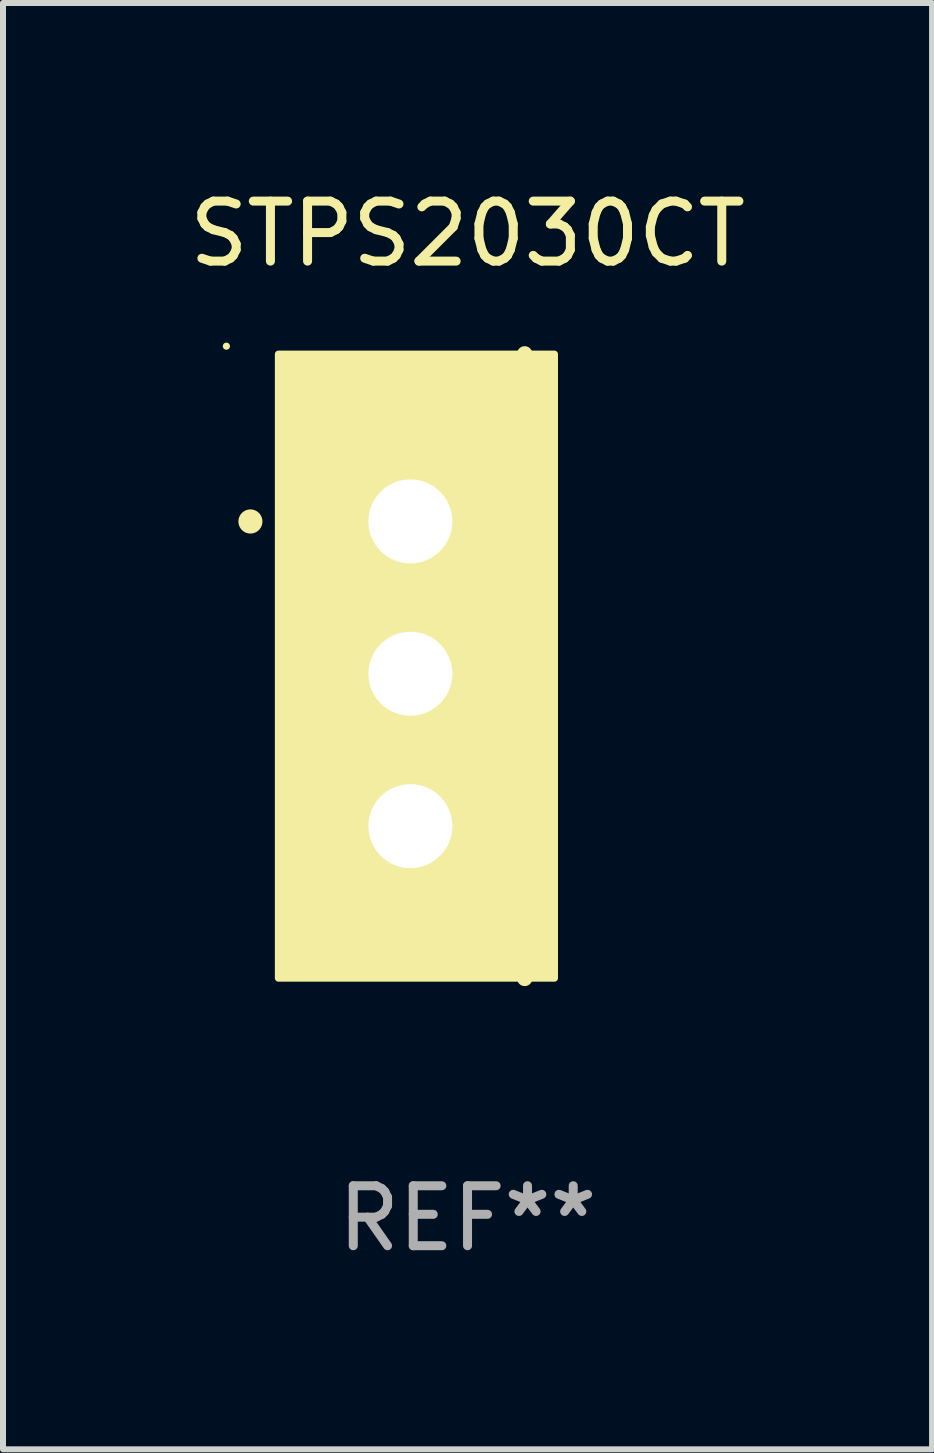
<source format=kicad_pcb>
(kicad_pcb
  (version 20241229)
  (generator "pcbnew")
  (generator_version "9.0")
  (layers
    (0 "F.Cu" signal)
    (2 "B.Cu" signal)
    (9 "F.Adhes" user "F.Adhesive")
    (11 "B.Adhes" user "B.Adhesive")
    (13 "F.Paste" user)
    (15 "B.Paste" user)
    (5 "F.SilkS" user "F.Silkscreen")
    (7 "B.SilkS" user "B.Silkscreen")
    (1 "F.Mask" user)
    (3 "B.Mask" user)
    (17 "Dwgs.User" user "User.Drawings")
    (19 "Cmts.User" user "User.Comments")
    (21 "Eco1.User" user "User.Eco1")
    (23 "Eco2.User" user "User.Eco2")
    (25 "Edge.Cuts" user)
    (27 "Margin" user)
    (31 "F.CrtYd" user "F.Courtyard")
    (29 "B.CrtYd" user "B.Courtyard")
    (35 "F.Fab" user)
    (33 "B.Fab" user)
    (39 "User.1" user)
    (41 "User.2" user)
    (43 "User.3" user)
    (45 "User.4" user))
  (footprint "STPS2030CT"
    (layer "F.Cu")
    (at 4.744 8.055)
    (property "Reference" "STPS2030CT" (at 0 -7.207 0) (layer "F.SilkS") (effects (font (size 1 1) (thickness 0.15))))
    (attr through_hole)
    (fp_line (start 0.953 5.207) (end 0.953 -5.207) (stroke (width 0.254) (type solid)) (layer "F.SilkS"))
    (fp_arc (start -3.619507 -2.410465) (mid -3.619511 -2.411735) (end -3.619507 -2.413005) (stroke (width 0.4) (type solid)) (layer "F.SilkS"))
    (fp_circle (center -4.02 -5.334) (end -3.99 -5.334) (stroke (width 0.06) (type solid)) (fill no) (layer "F.SilkS"))
    (fp_poly (pts (xy -3.152 -5.2) (xy 1.448 -5.2) (xy 1.448 5.2) (xy -3.152 5.2)) (stroke (width 0.12) (type solid)) (fill yes) (layer "F.SilkS"))
    (fp_text user "REF**" (at 0 9.207 0) (layer "F.Fab") (effects (font (size 1 1) (thickness 0.15))))
    (pad "1" thru_hole rect (at -0.953 -2.413 270) (size 2 2.5) (drill 1.4) (layers "*.Cu" "*.Mask"))
    (pad "2" thru_hole oval (at -0.953 0.127 270) (size 2 2.5) (drill 1.4) (layers "*.Cu" "*.Mask"))
    (pad "3" thru_hole oval (at -0.953 2.667 270) (size 2 2.5) (drill 1.4) (layers "*.Cu" "*.Mask")))
  (gr_rect
    (start -3 -3)
    (end 12.488 21.111)
    (stroke (width 0.1) (type default))
    (fill no)
    (layer "Edge.Cuts")))
</source>
